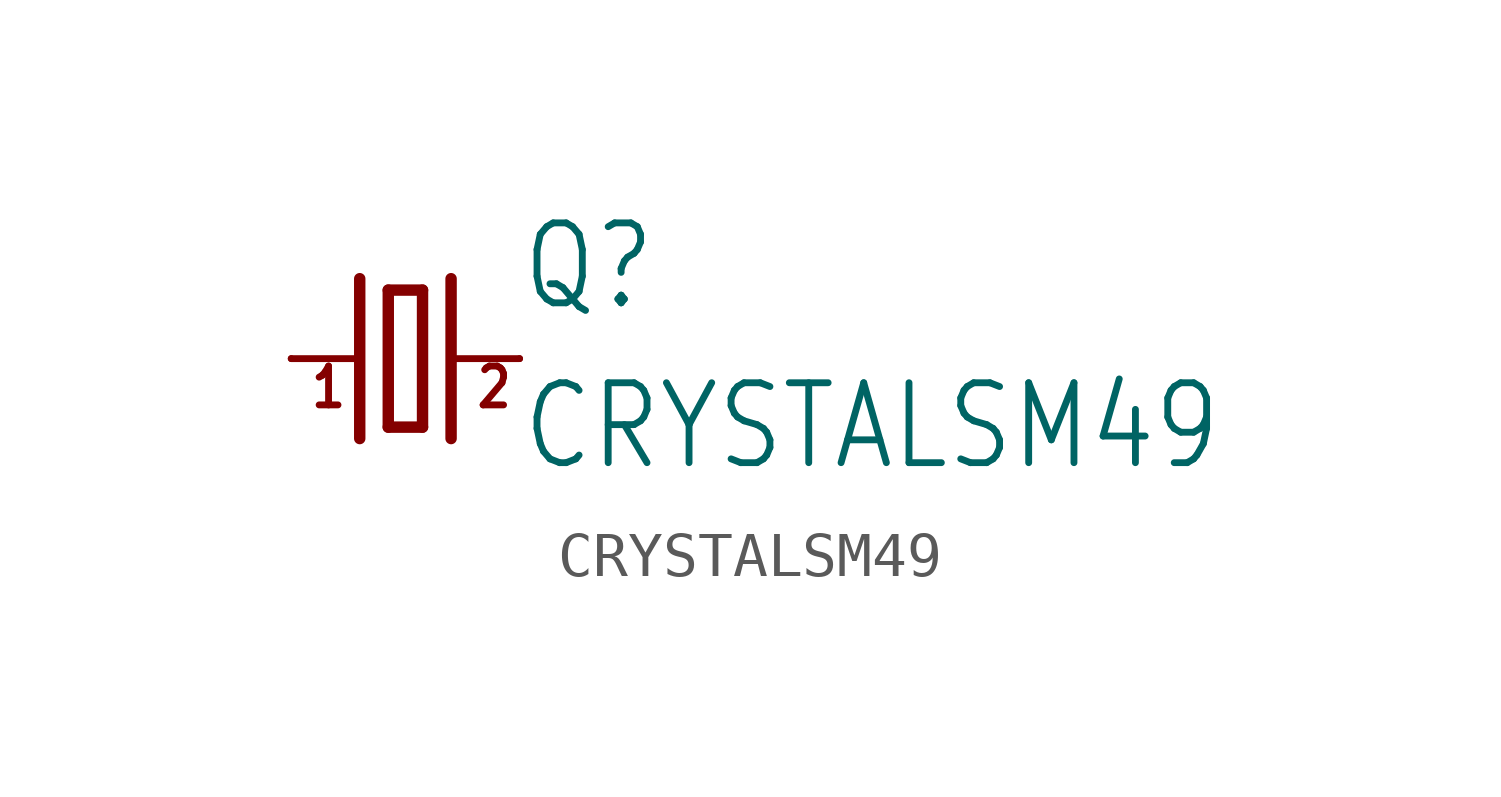
<source format=kicad_sym>
(kicad_symbol_lib
  (version 20211014)
  (generator kicad_symbol_editor)
  (symbol "CRYSTALSM49"
    (property "Reference" "Q"
      (at 2.54 1.016 0)
      (effects (font (size 1.778 1.511)) (justify left bottom)))
    (property "Value" "CRYSTALSM49"
      (at 2.54 -2.54 0)
      (effects (font (size 1.778 1.511)) (justify left bottom)))
    (property "ki_locked" ""
      (at 0 0 0)
      (effects (font (size 1.27 1.27))))
    (symbol "CRYSTALSM49_1_0"
      (polyline (pts (xy -2.54 0) (xy -1.016 0)) (stroke (width 0.152) (type default) (color 0 0 0 0)) (fill (type none)))
      (polyline (pts (xy -1.016 1.778) (xy -1.016 -1.778)) (stroke (width 0.254) (type default) (color 0 0 0 0)) (fill (type none)))
      (polyline (pts (xy -0.381 -1.524) (xy 0.381 -1.524)) (stroke (width 0.254) (type default) (color 0 0 0 0)) (fill (type none)))
      (polyline (pts (xy -0.381 1.524) (xy -0.381 -1.524)) (stroke (width 0.254) (type default) (color 0 0 0 0)) (fill (type none)))
      (polyline (pts (xy 0.381 -1.524) (xy 0.381 1.524)) (stroke (width 0.254) (type default) (color 0 0 0 0)) (fill (type none)))
      (polyline (pts (xy 0.381 1.524) (xy -0.381 1.524)) (stroke (width 0.254) (type default) (color 0 0 0 0)) (fill (type none)))
      (polyline (pts (xy 1.016 0) (xy 2.54 0)) (stroke (width 0.152) (type default) (color 0 0 0 0)) (fill (type none)))
      (polyline (pts (xy 1.016 1.778) (xy 1.016 -1.778)) (stroke (width 0.254) (type default) (color 0 0 0 0)) (fill (type none)))
      (text "1" (at -2.159 -1.143 0) (effects (font (size 0.864 0.734)) (justify left bottom)))
      (text "2" (at 1.524 -1.143 0) (effects (font (size 0.864 0.734)) (justify left bottom)))
      (pin passive line (at -2.54 0 0) (length 0) (name "1" (effects (font (size 0 0)))) (number "1" (effects (font (size 0 0)))))
      (pin passive line (at 2.54 0 180) (length 0) (name "2" (effects (font (size 0 0)))) (number "2" (effects (font (size 0 0))))))))
</source>
